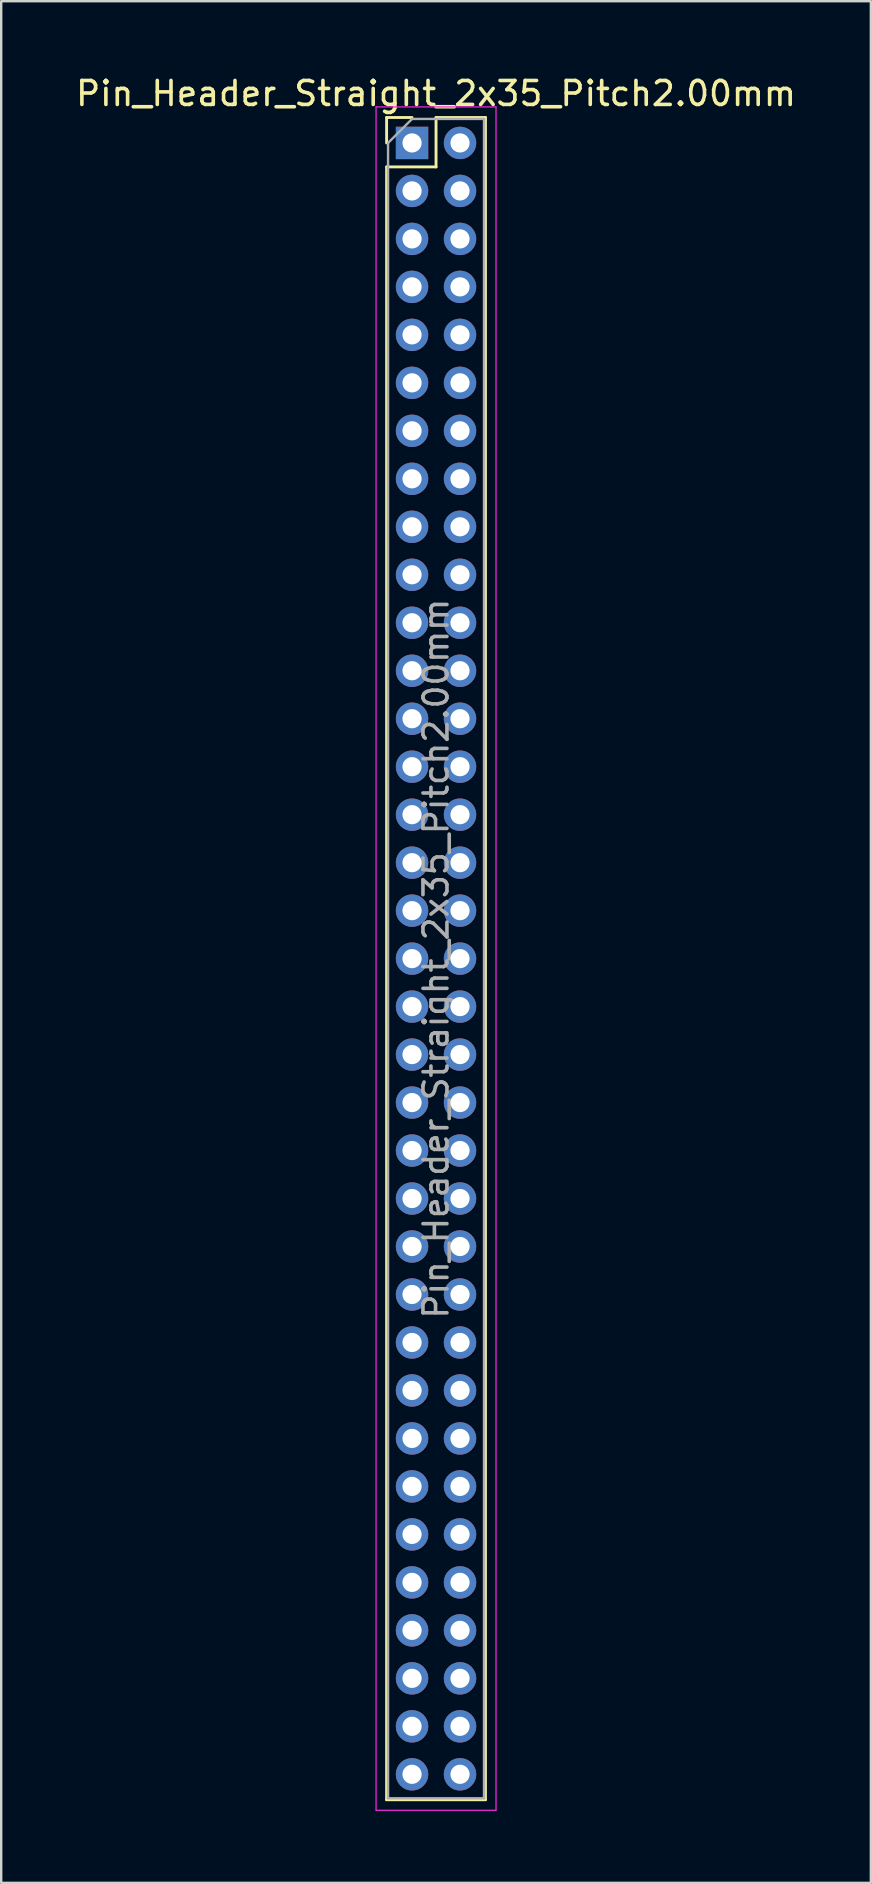
<source format=kicad_pcb>
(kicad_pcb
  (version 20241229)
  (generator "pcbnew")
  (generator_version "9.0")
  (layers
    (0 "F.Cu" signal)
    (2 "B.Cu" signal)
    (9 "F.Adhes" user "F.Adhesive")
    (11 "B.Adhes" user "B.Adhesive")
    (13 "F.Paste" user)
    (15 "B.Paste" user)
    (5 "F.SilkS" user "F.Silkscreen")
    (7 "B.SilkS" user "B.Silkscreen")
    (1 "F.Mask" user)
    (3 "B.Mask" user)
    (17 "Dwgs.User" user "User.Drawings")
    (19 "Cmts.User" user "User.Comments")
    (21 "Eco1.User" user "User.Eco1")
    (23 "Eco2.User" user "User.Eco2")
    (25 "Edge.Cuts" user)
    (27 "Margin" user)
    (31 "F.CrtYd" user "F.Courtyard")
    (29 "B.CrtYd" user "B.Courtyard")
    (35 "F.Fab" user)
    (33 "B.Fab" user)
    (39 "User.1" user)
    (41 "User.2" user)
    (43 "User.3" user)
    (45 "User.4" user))
  (footprint "Pin_Header_Straight_2x35_Pitch2.00mm"
    (layer "F.Cu")
    (at 14.125 2.908)
    (property "Reference" "Pin_Header_Straight_2x35_Pitch2.00mm" (at 1 -2.06 0) (layer "F.SilkS") (effects (font (size 1 1) (thickness 0.15))))
    (attr through_hole)
    (fp_line (start -1.06 -1.06) (end 0 -1.06) (stroke (width 0.12) (type solid)) (layer "F.SilkS"))
    (fp_line (start -1.06 0) (end -1.06 -1.06) (stroke (width 0.12) (type solid)) (layer "F.SilkS"))
    (fp_line (start -1.06 1) (end -1.06 69.06) (stroke (width 0.12) (type solid)) (layer "F.SilkS"))
    (fp_line (start -1.06 1) (end 1 1) (stroke (width 0.12) (type solid)) (layer "F.SilkS"))
    (fp_line (start -1.06 69.06) (end 3.06 69.06) (stroke (width 0.12) (type solid)) (layer "F.SilkS"))
    (fp_line (start 1 -1.06) (end 3.06 -1.06) (stroke (width 0.12) (type solid)) (layer "F.SilkS"))
    (fp_line (start 1 1) (end 1 -1.06) (stroke (width 0.12) (type solid)) (layer "F.SilkS"))
    (fp_line (start 3.06 -1.06) (end 3.06 69.06) (stroke (width 0.12) (type solid)) (layer "F.SilkS"))
    (fp_line (start -1.5 -1.5) (end -1.5 69.5) (stroke (width 0.05) (type solid)) (layer "F.CrtYd"))
    (fp_line (start -1.5 69.5) (end 3.5 69.5) (stroke (width 0.05) (type solid)) (layer "F.CrtYd"))
    (fp_line (start 3.5 -1.5) (end -1.5 -1.5) (stroke (width 0.05) (type solid)) (layer "F.CrtYd"))
    (fp_line (start 3.5 69.5) (end 3.5 -1.5) (stroke (width 0.05) (type solid)) (layer "F.CrtYd"))
    (fp_line (start -1 0) (end 0 -1) (stroke (width 0.1) (type solid)) (layer "F.Fab"))
    (fp_line (start -1 69) (end -1 0) (stroke (width 0.1) (type solid)) (layer "F.Fab"))
    (fp_line (start 0 -1) (end 3 -1) (stroke (width 0.1) (type solid)) (layer "F.Fab"))
    (fp_line (start 3 -1) (end 3 69) (stroke (width 0.1) (type solid)) (layer "F.Fab"))
    (fp_line (start 3 69) (end -1 69) (stroke (width 0.1) (type solid)) (layer "F.Fab"))
    (fp_text user "${REFERENCE}" (at 1 34 90) (layer "F.Fab") (effects (font (size 1 1) (thickness 0.15))))
    (pad "1" thru_hole rect (at 0 0) (size 1.35 1.35) (drill 0.8) (layers "*.Cu" "*.Mask"))
    (pad "2" thru_hole oval (at 2 0) (size 1.35 1.35) (drill 0.8) (layers "*.Cu" "*.Mask"))
    (pad "3" thru_hole oval (at 0 2) (size 1.35 1.35) (drill 0.8) (layers "*.Cu" "*.Mask"))
    (pad "4" thru_hole oval (at 2 2) (size 1.35 1.35) (drill 0.8) (layers "*.Cu" "*.Mask"))
    (pad "5" thru_hole oval (at 0 4) (size 1.35 1.35) (drill 0.8) (layers "*.Cu" "*.Mask"))
    (pad "6" thru_hole oval (at 2 4) (size 1.35 1.35) (drill 0.8) (layers "*.Cu" "*.Mask"))
    (pad "7" thru_hole oval (at 0 6) (size 1.35 1.35) (drill 0.8) (layers "*.Cu" "*.Mask"))
    (pad "8" thru_hole oval (at 2 6) (size 1.35 1.35) (drill 0.8) (layers "*.Cu" "*.Mask"))
    (pad "9" thru_hole oval (at 0 8) (size 1.35 1.35) (drill 0.8) (layers "*.Cu" "*.Mask"))
    (pad "10" thru_hole oval (at 2 8) (size 1.35 1.35) (drill 0.8) (layers "*.Cu" "*.Mask"))
    (pad "11" thru_hole oval (at 0 10) (size 1.35 1.35) (drill 0.8) (layers "*.Cu" "*.Mask"))
    (pad "12" thru_hole oval (at 2 10) (size 1.35 1.35) (drill 0.8) (layers "*.Cu" "*.Mask"))
    (pad "13" thru_hole oval (at 0 12) (size 1.35 1.35) (drill 0.8) (layers "*.Cu" "*.Mask"))
    (pad "14" thru_hole oval (at 2 12) (size 1.35 1.35) (drill 0.8) (layers "*.Cu" "*.Mask"))
    (pad "15" thru_hole oval (at 0 14) (size 1.35 1.35) (drill 0.8) (layers "*.Cu" "*.Mask"))
    (pad "16" thru_hole oval (at 2 14) (size 1.35 1.35) (drill 0.8) (layers "*.Cu" "*.Mask"))
    (pad "17" thru_hole oval (at 0 16) (size 1.35 1.35) (drill 0.8) (layers "*.Cu" "*.Mask"))
    (pad "18" thru_hole oval (at 2 16) (size 1.35 1.35) (drill 0.8) (layers "*.Cu" "*.Mask"))
    (pad "19" thru_hole oval (at 0 18) (size 1.35 1.35) (drill 0.8) (layers "*.Cu" "*.Mask"))
    (pad "20" thru_hole oval (at 2 18) (size 1.35 1.35) (drill 0.8) (layers "*.Cu" "*.Mask"))
    (pad "21" thru_hole oval (at 0 20) (size 1.35 1.35) (drill 0.8) (layers "*.Cu" "*.Mask"))
    (pad "22" thru_hole oval (at 2 20) (size 1.35 1.35) (drill 0.8) (layers "*.Cu" "*.Mask"))
    (pad "23" thru_hole oval (at 0 22) (size 1.35 1.35) (drill 0.8) (layers "*.Cu" "*.Mask"))
    (pad "24" thru_hole oval (at 2 22) (size 1.35 1.35) (drill 0.8) (layers "*.Cu" "*.Mask"))
    (pad "25" thru_hole oval (at 0 24) (size 1.35 1.35) (drill 0.8) (layers "*.Cu" "*.Mask"))
    (pad "26" thru_hole oval (at 2 24) (size 1.35 1.35) (drill 0.8) (layers "*.Cu" "*.Mask"))
    (pad "27" thru_hole oval (at 0 26) (size 1.35 1.35) (drill 0.8) (layers "*.Cu" "*.Mask"))
    (pad "28" thru_hole oval (at 2 26) (size 1.35 1.35) (drill 0.8) (layers "*.Cu" "*.Mask"))
    (pad "29" thru_hole oval (at 0 28) (size 1.35 1.35) (drill 0.8) (layers "*.Cu" "*.Mask"))
    (pad "30" thru_hole oval (at 2 28) (size 1.35 1.35) (drill 0.8) (layers "*.Cu" "*.Mask"))
    (pad "31" thru_hole oval (at 0 30) (size 1.35 1.35) (drill 0.8) (layers "*.Cu" "*.Mask"))
    (pad "32" thru_hole oval (at 2 30) (size 1.35 1.35) (drill 0.8) (layers "*.Cu" "*.Mask"))
    (pad "33" thru_hole oval (at 0 32) (size 1.35 1.35) (drill 0.8) (layers "*.Cu" "*.Mask"))
    (pad "34" thru_hole oval (at 2 32) (size 1.35 1.35) (drill 0.8) (layers "*.Cu" "*.Mask"))
    (pad "35" thru_hole oval (at 0 34) (size 1.35 1.35) (drill 0.8) (layers "*.Cu" "*.Mask"))
    (pad "36" thru_hole oval (at 2 34) (size 1.35 1.35) (drill 0.8) (layers "*.Cu" "*.Mask"))
    (pad "37" thru_hole oval (at 0 36) (size 1.35 1.35) (drill 0.8) (layers "*.Cu" "*.Mask"))
    (pad "38" thru_hole oval (at 2 36) (size 1.35 1.35) (drill 0.8) (layers "*.Cu" "*.Mask"))
    (pad "39" thru_hole oval (at 0 38) (size 1.35 1.35) (drill 0.8) (layers "*.Cu" "*.Mask"))
    (pad "40" thru_hole oval (at 2 38) (size 1.35 1.35) (drill 0.8) (layers "*.Cu" "*.Mask"))
    (pad "41" thru_hole oval (at 0 40) (size 1.35 1.35) (drill 0.8) (layers "*.Cu" "*.Mask"))
    (pad "42" thru_hole oval (at 2 40) (size 1.35 1.35) (drill 0.8) (layers "*.Cu" "*.Mask"))
    (pad "43" thru_hole oval (at 0 42) (size 1.35 1.35) (drill 0.8) (layers "*.Cu" "*.Mask"))
    (pad "44" thru_hole oval (at 2 42) (size 1.35 1.35) (drill 0.8) (layers "*.Cu" "*.Mask"))
    (pad "45" thru_hole oval (at 0 44) (size 1.35 1.35) (drill 0.8) (layers "*.Cu" "*.Mask"))
    (pad "46" thru_hole oval (at 2 44) (size 1.35 1.35) (drill 0.8) (layers "*.Cu" "*.Mask"))
    (pad "47" thru_hole oval (at 0 46) (size 1.35 1.35) (drill 0.8) (layers "*.Cu" "*.Mask"))
    (pad "48" thru_hole oval (at 2 46) (size 1.35 1.35) (drill 0.8) (layers "*.Cu" "*.Mask"))
    (pad "49" thru_hole oval (at 0 48) (size 1.35 1.35) (drill 0.8) (layers "*.Cu" "*.Mask"))
    (pad "50" thru_hole oval (at 2 48) (size 1.35 1.35) (drill 0.8) (layers "*.Cu" "*.Mask"))
    (pad "51" thru_hole oval (at 0 50) (size 1.35 1.35) (drill 0.8) (layers "*.Cu" "*.Mask"))
    (pad "52" thru_hole oval (at 2 50) (size 1.35 1.35) (drill 0.8) (layers "*.Cu" "*.Mask"))
    (pad "53" thru_hole oval (at 0 52) (size 1.35 1.35) (drill 0.8) (layers "*.Cu" "*.Mask"))
    (pad "54" thru_hole oval (at 2 52) (size 1.35 1.35) (drill 0.8) (layers "*.Cu" "*.Mask"))
    (pad "55" thru_hole oval (at 0 54) (size 1.35 1.35) (drill 0.8) (layers "*.Cu" "*.Mask"))
    (pad "56" thru_hole oval (at 2 54) (size 1.35 1.35) (drill 0.8) (layers "*.Cu" "*.Mask"))
    (pad "57" thru_hole oval (at 0 56) (size 1.35 1.35) (drill 0.8) (layers "*.Cu" "*.Mask"))
    (pad "58" thru_hole oval (at 2 56) (size 1.35 1.35) (drill 0.8) (layers "*.Cu" "*.Mask"))
    (pad "59" thru_hole oval (at 0 58) (size 1.35 1.35) (drill 0.8) (layers "*.Cu" "*.Mask"))
    (pad "60" thru_hole oval (at 2 58) (size 1.35 1.35) (drill 0.8) (layers "*.Cu" "*.Mask"))
    (pad "61" thru_hole oval (at 0 60) (size 1.35 1.35) (drill 0.8) (layers "*.Cu" "*.Mask"))
    (pad "62" thru_hole oval (at 2 60) (size 1.35 1.35) (drill 0.8) (layers "*.Cu" "*.Mask"))
    (pad "63" thru_hole oval (at 0 62) (size 1.35 1.35) (drill 0.8) (layers "*.Cu" "*.Mask"))
    (pad "64" thru_hole oval (at 2 62) (size 1.35 1.35) (drill 0.8) (layers "*.Cu" "*.Mask"))
    (pad "65" thru_hole oval (at 0 64) (size 1.35 1.35) (drill 0.8) (layers "*.Cu" "*.Mask"))
    (pad "66" thru_hole oval (at 2 64) (size 1.35 1.35) (drill 0.8) (layers "*.Cu" "*.Mask"))
    (pad "67" thru_hole oval (at 0 66) (size 1.35 1.35) (drill 0.8) (layers "*.Cu" "*.Mask"))
    (pad "68" thru_hole oval (at 2 66) (size 1.35 1.35) (drill 0.8) (layers "*.Cu" "*.Mask"))
    (pad "69" thru_hole oval (at 0 68) (size 1.35 1.35) (drill 0.8) (layers "*.Cu" "*.Mask"))
    (pad "70" thru_hole oval (at 2 68) (size 1.35 1.35) (drill 0.8) (layers "*.Cu" "*.Mask")))
  (gr_rect
    (start -3 -3)
    (end 33.25 75.433)
    (stroke (width 0.1) (type default))
    (fill no)
    (layer "Edge.Cuts")))
</source>
